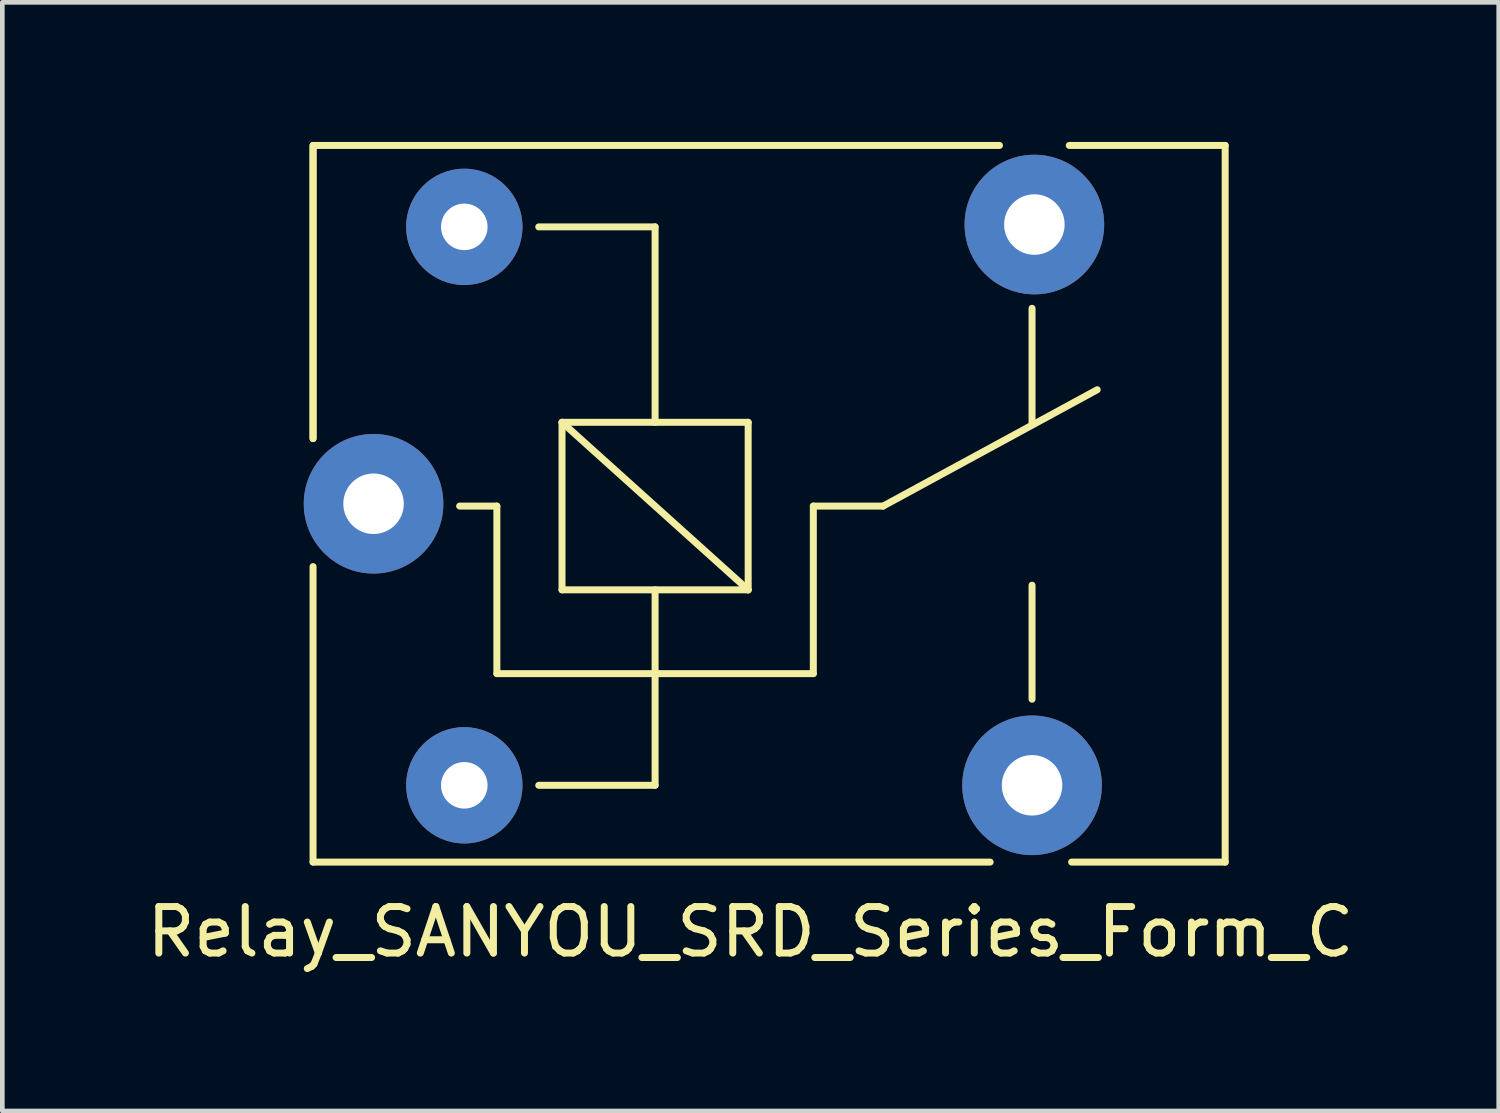
<source format=kicad_pcb>
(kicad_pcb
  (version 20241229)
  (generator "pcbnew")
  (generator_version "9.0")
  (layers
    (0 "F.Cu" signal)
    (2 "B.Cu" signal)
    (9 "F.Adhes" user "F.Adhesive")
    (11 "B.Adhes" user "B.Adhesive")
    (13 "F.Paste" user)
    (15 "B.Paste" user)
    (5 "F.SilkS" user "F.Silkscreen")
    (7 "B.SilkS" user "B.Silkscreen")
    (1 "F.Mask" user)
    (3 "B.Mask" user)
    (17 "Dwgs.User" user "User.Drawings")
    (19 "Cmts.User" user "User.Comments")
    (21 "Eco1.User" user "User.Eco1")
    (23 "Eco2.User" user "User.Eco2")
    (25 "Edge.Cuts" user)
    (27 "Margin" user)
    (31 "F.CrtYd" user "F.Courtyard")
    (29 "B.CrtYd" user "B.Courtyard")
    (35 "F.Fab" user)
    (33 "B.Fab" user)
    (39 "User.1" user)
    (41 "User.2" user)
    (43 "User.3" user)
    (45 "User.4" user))
  (footprint "Relay_SANYOU_SRD_Series_Form_C"
    (layer "F.Cu")
    (at 4.977 7.775)
    (property "Reference" "Relay_SANYOU_SRD_Series_Form_C" (at 8.1 9.2 0) (layer "F.SilkS") (effects (font (size 1 1) (thickness 0.15))))
    (attr through_hole)
    (fp_line (start -1.3 -7.7) (end 13.45 -7.7) (stroke (width 0.15) (type solid)) (layer "F.SilkS"))
    (fp_line (start -1.3 -7.65) (end -1.3 -1.4) (stroke (width 0.15) (type solid)) (layer "F.SilkS"))
    (fp_line (start -1.3 -1.4) (end -1.3 -7.7) (stroke (width 0.15) (type solid)) (layer "F.SilkS"))
    (fp_line (start -1.3 1.35) (end -1.3 7.7) (stroke (width 0.15) (type solid)) (layer "F.SilkS"))
    (fp_line (start -1.3 7.7) (end 13.25 7.7) (stroke (width 0.15) (type solid)) (layer "F.SilkS"))
    (fp_line (start 2.65 0.05) (end 1.85 0.05) (stroke (width 0.15) (type solid)) (layer "F.SilkS"))
    (fp_line (start 2.65 0.05) (end 2.65 3.65) (stroke (width 0.15) (type solid)) (layer "F.SilkS"))
    (fp_line (start 3.55 6.05) (end 6.05 6.05) (stroke (width 0.15) (type solid)) (layer "F.SilkS"))
    (fp_line (start 4.05 -1.75) (end 8.05 -1.75) (stroke (width 0.15) (type solid)) (layer "F.SilkS"))
    (fp_line (start 4.05 1.85) (end 4.05 -1.75) (stroke (width 0.15) (type solid)) (layer "F.SilkS"))
    (fp_line (start 6.05 -5.95) (end 3.55 -5.95) (stroke (width 0.15) (type solid)) (layer "F.SilkS"))
    (fp_line (start 6.05 -5.95) (end 6.05 -1.75) (stroke (width 0.15) (type solid)) (layer "F.SilkS"))
    (fp_line (start 6.05 1.85) (end 6.05 6.05) (stroke (width 0.15) (type solid)) (layer "F.SilkS"))
    (fp_line (start 8.05 -1.75) (end 8.05 1.85) (stroke (width 0.15) (type solid)) (layer "F.SilkS"))
    (fp_line (start 8.05 1.85) (end 4.05 -1.75) (stroke (width 0.15) (type solid)) (layer "F.SilkS"))
    (fp_line (start 8.05 1.85) (end 4.05 1.85) (stroke (width 0.15) (type solid)) (layer "F.SilkS"))
    (fp_line (start 9.45 0.05) (end 9.45 3.65) (stroke (width 0.15) (type solid)) (layer "F.SilkS"))
    (fp_line (start 9.45 0.05) (end 10.95 0.05) (stroke (width 0.15) (type solid)) (layer "F.SilkS"))
    (fp_line (start 9.45 3.65) (end 2.65 3.65) (stroke (width 0.15) (type solid)) (layer "F.SilkS"))
    (fp_line (start 10.95 0.05) (end 15.55 -2.45) (stroke (width 0.15) (type solid)) (layer "F.SilkS"))
    (fp_line (start 14.15 -4.2) (end 14.15 -1.7) (stroke (width 0.15) (type solid)) (layer "F.SilkS"))
    (fp_line (start 14.15 4.2) (end 14.15 1.75) (stroke (width 0.15) (type solid)) (layer "F.SilkS"))
    (fp_line (start 15 7.7) (end 18.3 7.7) (stroke (width 0.15) (type solid)) (layer "F.SilkS"))
    (fp_line (start 18.3 -7.7) (end 14.95 -7.7) (stroke (width 0.15) (type solid)) (layer "F.SilkS"))
    (fp_line (start 18.3 7.7) (end 18.3 -7.7) (stroke (width 0.15) (type solid)) (layer "F.SilkS"))
    (pad "1" thru_hole circle (at 1.95 6.05 90) (size 2.5 2.5) (drill 1) (layers "*.Cu" "*.Mask"))
    (pad "2" thru_hole circle (at 14.2 -6 90) (size 3 3) (drill 1.3) (layers "*.Cu" "*.Mask"))
    (pad "3" thru_hole circle (at 14.15 6.05 90) (size 3 3) (drill 1.3) (layers "*.Cu" "*.Mask"))
    (pad "4" thru_hole circle (at 0 0 90) (size 3 3) (drill 1.3) (layers "*.Cu" "*.Mask"))
    (pad "5" thru_hole circle (at 1.95 -5.95 90) (size 2.5 2.5) (drill 1) (layers "*.Cu" "*.Mask")))
  (gr_rect
    (start -3 -3)
    (end 29.155 20.823)
    (stroke (width 0.1) (type default))
    (fill no)
    (layer "Edge.Cuts")))
</source>
